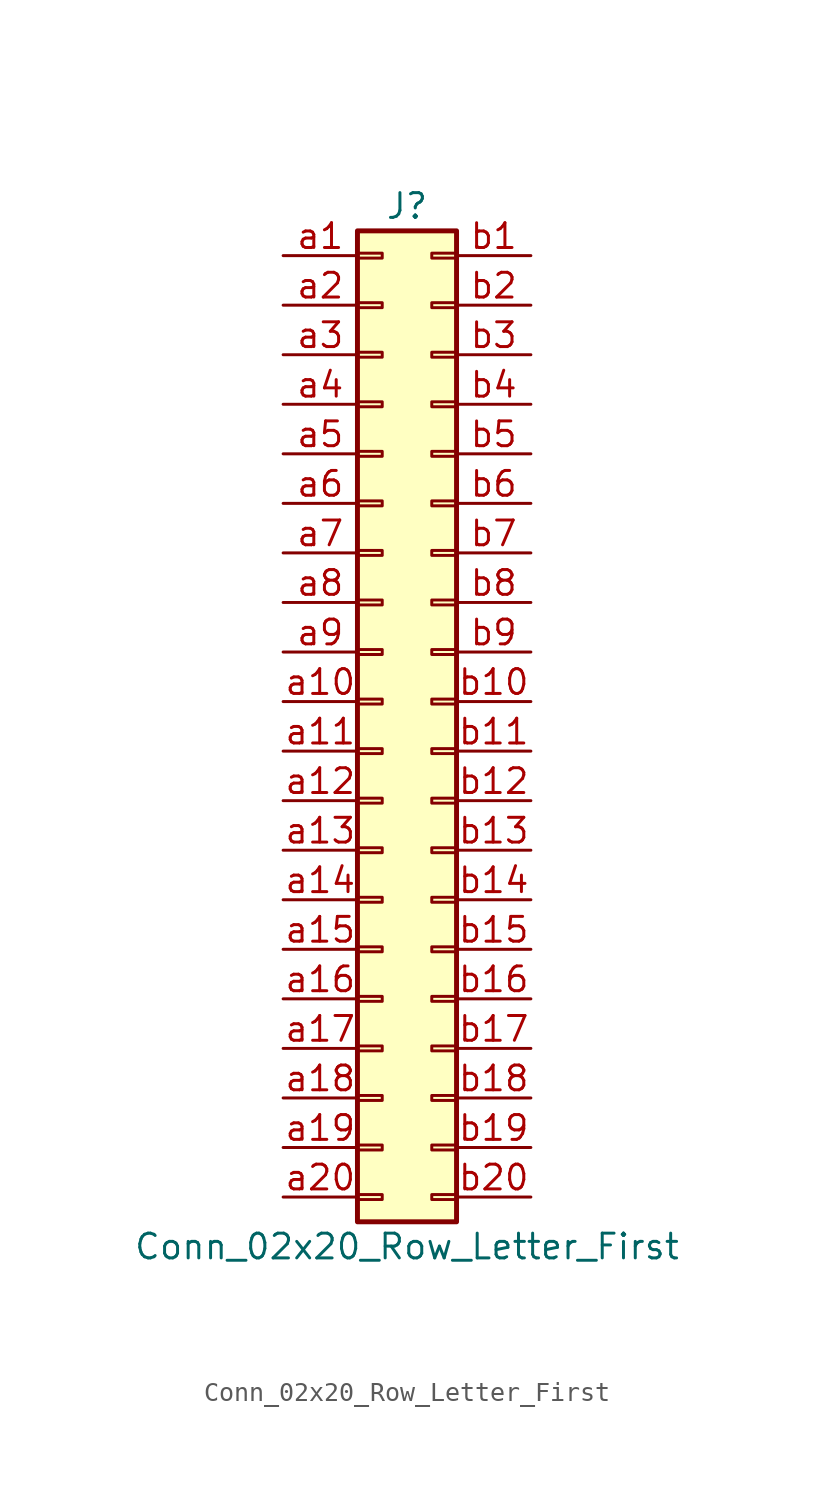
<source format=kicad_sym>
(kicad_symbol_lib
  (version 20220914)
  (generator kicad_symbol_editor)
  (symbol "Conn_02x20_Row_Letter_First"
    (pin_names
      (offset 1.016) hide)
    (property "Reference" "J"
      (at 1.27 25.4 0)
      (effects (font (size 1.27 1.27))))
    (property "Value" "Conn_02x20_Row_Letter_First"
      (at 1.27 -27.94 0)
      (effects (font (size 1.27 1.27))))
    (symbol "Conn_02x20_Row_Letter_First_1_1"
      (rectangle (start -1.27 -25.273) (end 0 -25.527) (stroke (width 0.152) (type default)) (fill (type none)))
      (rectangle (start -1.27 -22.733) (end 0 -22.987) (stroke (width 0.152) (type default)) (fill (type none)))
      (rectangle (start -1.27 -20.193) (end 0 -20.447) (stroke (width 0.152) (type default)) (fill (type none)))
      (rectangle (start -1.27 -17.653) (end 0 -17.907) (stroke (width 0.152) (type default)) (fill (type none)))
      (rectangle (start -1.27 -15.113) (end 0 -15.367) (stroke (width 0.152) (type default)) (fill (type none)))
      (rectangle (start -1.27 -12.573) (end 0 -12.827) (stroke (width 0.152) (type default)) (fill (type none)))
      (rectangle (start -1.27 -10.033) (end 0 -10.287) (stroke (width 0.152) (type default)) (fill (type none)))
      (rectangle (start -1.27 -7.493) (end 0 -7.747) (stroke (width 0.152) (type default)) (fill (type none)))
      (rectangle (start -1.27 -4.953) (end 0 -5.207) (stroke (width 0.152) (type default)) (fill (type none)))
      (rectangle (start -1.27 -2.413) (end 0 -2.667) (stroke (width 0.152) (type default)) (fill (type none)))
      (rectangle (start -1.27 0.127) (end 0 -0.127) (stroke (width 0.152) (type default)) (fill (type none)))
      (rectangle (start -1.27 2.667) (end 0 2.413) (stroke (width 0.152) (type default)) (fill (type none)))
      (rectangle (start -1.27 5.207) (end 0 4.953) (stroke (width 0.152) (type default)) (fill (type none)))
      (rectangle (start -1.27 7.747) (end 0 7.493) (stroke (width 0.152) (type default)) (fill (type none)))
      (rectangle (start -1.27 10.287) (end 0 10.033) (stroke (width 0.152) (type default)) (fill (type none)))
      (rectangle (start -1.27 12.827) (end 0 12.573) (stroke (width 0.152) (type default)) (fill (type none)))
      (rectangle (start -1.27 15.367) (end 0 15.113) (stroke (width 0.152) (type default)) (fill (type none)))
      (rectangle (start -1.27 17.907) (end 0 17.653) (stroke (width 0.152) (type default)) (fill (type none)))
      (rectangle (start -1.27 20.447) (end 0 20.193) (stroke (width 0.152) (type default)) (fill (type none)))
      (rectangle (start -1.27 22.987) (end 0 22.733) (stroke (width 0.152) (type default)) (fill (type none)))
      (rectangle (start -1.27 24.13) (end 3.81 -26.67) (stroke (width 0.254) (type default)) (fill (type background)))
      (rectangle (start 3.81 -25.273) (end 2.54 -25.527) (stroke (width 0.152) (type default)) (fill (type none)))
      (rectangle (start 3.81 -22.733) (end 2.54 -22.987) (stroke (width 0.152) (type default)) (fill (type none)))
      (rectangle (start 3.81 -20.193) (end 2.54 -20.447) (stroke (width 0.152) (type default)) (fill (type none)))
      (rectangle (start 3.81 -17.653) (end 2.54 -17.907) (stroke (width 0.152) (type default)) (fill (type none)))
      (rectangle (start 3.81 -15.113) (end 2.54 -15.367) (stroke (width 0.152) (type default)) (fill (type none)))
      (rectangle (start 3.81 -12.573) (end 2.54 -12.827) (stroke (width 0.152) (type default)) (fill (type none)))
      (rectangle (start 3.81 -10.033) (end 2.54 -10.287) (stroke (width 0.152) (type default)) (fill (type none)))
      (rectangle (start 3.81 -7.493) (end 2.54 -7.747) (stroke (width 0.152) (type default)) (fill (type none)))
      (rectangle (start 3.81 -4.953) (end 2.54 -5.207) (stroke (width 0.152) (type default)) (fill (type none)))
      (rectangle (start 3.81 -2.413) (end 2.54 -2.667) (stroke (width 0.152) (type default)) (fill (type none)))
      (rectangle (start 3.81 0.127) (end 2.54 -0.127) (stroke (width 0.152) (type default)) (fill (type none)))
      (rectangle (start 3.81 2.667) (end 2.54 2.413) (stroke (width 0.152) (type default)) (fill (type none)))
      (rectangle (start 3.81 5.207) (end 2.54 4.953) (stroke (width 0.152) (type default)) (fill (type none)))
      (rectangle (start 3.81 7.747) (end 2.54 7.493) (stroke (width 0.152) (type default)) (fill (type none)))
      (rectangle (start 3.81 10.287) (end 2.54 10.033) (stroke (width 0.152) (type default)) (fill (type none)))
      (rectangle (start 3.81 12.827) (end 2.54 12.573) (stroke (width 0.152) (type default)) (fill (type none)))
      (rectangle (start 3.81 15.367) (end 2.54 15.113) (stroke (width 0.152) (type default)) (fill (type none)))
      (rectangle (start 3.81 17.907) (end 2.54 17.653) (stroke (width 0.152) (type default)) (fill (type none)))
      (rectangle (start 3.81 20.447) (end 2.54 20.193) (stroke (width 0.152) (type default)) (fill (type none)))
      (rectangle (start 3.81 22.987) (end 2.54 22.733) (stroke (width 0.152) (type default)) (fill (type none)))
      (pin passive line (at -5.08 22.86 0) (length 3.81) (name "Pin_a1" (effects (font (size 1.27 1.27)))) (number "a1" (effects (font (size 1.27 1.27)))))
      (pin passive line (at -5.08 0 0) (length 3.81) (name "Pin_a10" (effects (font (size 1.27 1.27)))) (number "a10" (effects (font (size 1.27 1.27)))))
      (pin passive line (at -5.08 -2.54 0) (length 3.81) (name "Pin_a11" (effects (font (size 1.27 1.27)))) (number "a11" (effects (font (size 1.27 1.27)))))
      (pin passive line (at -5.08 -5.08 0) (length 3.81) (name "Pin_a12" (effects (font (size 1.27 1.27)))) (number "a12" (effects (font (size 1.27 1.27)))))
      (pin passive line (at -5.08 -7.62 0) (length 3.81) (name "Pin_a13" (effects (font (size 1.27 1.27)))) (number "a13" (effects (font (size 1.27 1.27)))))
      (pin passive line (at -5.08 -10.16 0) (length 3.81) (name "Pin_a14" (effects (font (size 1.27 1.27)))) (number "a14" (effects (font (size 1.27 1.27)))))
      (pin passive line (at -5.08 -12.7 0) (length 3.81) (name "Pin_a15" (effects (font (size 1.27 1.27)))) (number "a15" (effects (font (size 1.27 1.27)))))
      (pin passive line (at -5.08 -15.24 0) (length 3.81) (name "Pin_a16" (effects (font (size 1.27 1.27)))) (number "a16" (effects (font (size 1.27 1.27)))))
      (pin passive line (at -5.08 -17.78 0) (length 3.81) (name "Pin_a17" (effects (font (size 1.27 1.27)))) (number "a17" (effects (font (size 1.27 1.27)))))
      (pin passive line (at -5.08 -20.32 0) (length 3.81) (name "Pin_a18" (effects (font (size 1.27 1.27)))) (number "a18" (effects (font (size 1.27 1.27)))))
      (pin passive line (at -5.08 -22.86 0) (length 3.81) (name "Pin_a19" (effects (font (size 1.27 1.27)))) (number "a19" (effects (font (size 1.27 1.27)))))
      (pin passive line (at -5.08 20.32 0) (length 3.81) (name "Pin_a2" (effects (font (size 1.27 1.27)))) (number "a2" (effects (font (size 1.27 1.27)))))
      (pin passive line (at -5.08 -25.4 0) (length 3.81) (name "Pin_a20" (effects (font (size 1.27 1.27)))) (number "a20" (effects (font (size 1.27 1.27)))))
      (pin passive line (at -5.08 17.78 0) (length 3.81) (name "Pin_a3" (effects (font (size 1.27 1.27)))) (number "a3" (effects (font (size 1.27 1.27)))))
      (pin passive line (at -5.08 15.24 0) (length 3.81) (name "Pin_a4" (effects (font (size 1.27 1.27)))) (number "a4" (effects (font (size 1.27 1.27)))))
      (pin passive line (at -5.08 12.7 0) (length 3.81) (name "Pin_a5" (effects (font (size 1.27 1.27)))) (number "a5" (effects (font (size 1.27 1.27)))))
      (pin passive line (at -5.08 10.16 0) (length 3.81) (name "Pin_a6" (effects (font (size 1.27 1.27)))) (number "a6" (effects (font (size 1.27 1.27)))))
      (pin passive line (at -5.08 7.62 0) (length 3.81) (name "Pin_a7" (effects (font (size 1.27 1.27)))) (number "a7" (effects (font (size 1.27 1.27)))))
      (pin passive line (at -5.08 5.08 0) (length 3.81) (name "Pin_a8" (effects (font (size 1.27 1.27)))) (number "a8" (effects (font (size 1.27 1.27)))))
      (pin passive line (at -5.08 2.54 0) (length 3.81) (name "Pin_a9" (effects (font (size 1.27 1.27)))) (number "a9" (effects (font (size 1.27 1.27)))))
      (pin passive line (at 7.62 22.86 180) (length 3.81) (name "Pin_b1" (effects (font (size 1.27 1.27)))) (number "b1" (effects (font (size 1.27 1.27)))))
      (pin passive line (at 7.62 0 180) (length 3.81) (name "Pin_b10" (effects (font (size 1.27 1.27)))) (number "b10" (effects (font (size 1.27 1.27)))))
      (pin passive line (at 7.62 -2.54 180) (length 3.81) (name "Pin_b11" (effects (font (size 1.27 1.27)))) (number "b11" (effects (font (size 1.27 1.27)))))
      (pin passive line (at 7.62 -5.08 180) (length 3.81) (name "Pin_b12" (effects (font (size 1.27 1.27)))) (number "b12" (effects (font (size 1.27 1.27)))))
      (pin passive line (at 7.62 -7.62 180) (length 3.81) (name "Pin_b13" (effects (font (size 1.27 1.27)))) (number "b13" (effects (font (size 1.27 1.27)))))
      (pin passive line (at 7.62 -10.16 180) (length 3.81) (name "Pin_b14" (effects (font (size 1.27 1.27)))) (number "b14" (effects (font (size 1.27 1.27)))))
      (pin passive line (at 7.62 -12.7 180) (length 3.81) (name "Pin_b15" (effects (font (size 1.27 1.27)))) (number "b15" (effects (font (size 1.27 1.27)))))
      (pin passive line (at 7.62 -15.24 180) (length 3.81) (name "Pin_b16" (effects (font (size 1.27 1.27)))) (number "b16" (effects (font (size 1.27 1.27)))))
      (pin passive line (at 7.62 -17.78 180) (length 3.81) (name "Pin_b17" (effects (font (size 1.27 1.27)))) (number "b17" (effects (font (size 1.27 1.27)))))
      (pin passive line (at 7.62 -20.32 180) (length 3.81) (name "Pin_b18" (effects (font (size 1.27 1.27)))) (number "b18" (effects (font (size 1.27 1.27)))))
      (pin passive line (at 7.62 -22.86 180) (length 3.81) (name "Pin_b19" (effects (font (size 1.27 1.27)))) (number "b19" (effects (font (size 1.27 1.27)))))
      (pin passive line (at 7.62 20.32 180) (length 3.81) (name "Pin_b2" (effects (font (size 1.27 1.27)))) (number "b2" (effects (font (size 1.27 1.27)))))
      (pin passive line (at 7.62 -25.4 180) (length 3.81) (name "Pin_b20" (effects (font (size 1.27 1.27)))) (number "b20" (effects (font (size 1.27 1.27)))))
      (pin passive line (at 7.62 17.78 180) (length 3.81) (name "Pin_b3" (effects (font (size 1.27 1.27)))) (number "b3" (effects (font (size 1.27 1.27)))))
      (pin passive line (at 7.62 15.24 180) (length 3.81) (name "Pin_b4" (effects (font (size 1.27 1.27)))) (number "b4" (effects (font (size 1.27 1.27)))))
      (pin passive line (at 7.62 12.7 180) (length 3.81) (name "Pin_b5" (effects (font (size 1.27 1.27)))) (number "b5" (effects (font (size 1.27 1.27)))))
      (pin passive line (at 7.62 10.16 180) (length 3.81) (name "Pin_b6" (effects (font (size 1.27 1.27)))) (number "b6" (effects (font (size 1.27 1.27)))))
      (pin passive line (at 7.62 7.62 180) (length 3.81) (name "Pin_b7" (effects (font (size 1.27 1.27)))) (number "b7" (effects (font (size 1.27 1.27)))))
      (pin passive line (at 7.62 5.08 180) (length 3.81) (name "Pin_b8" (effects (font (size 1.27 1.27)))) (number "b8" (effects (font (size 1.27 1.27)))))
      (pin passive line (at 7.62 2.54 180) (length 3.81) (name "Pin_b9" (effects (font (size 1.27 1.27)))) (number "b9" (effects (font (size 1.27 1.27))))))))
</source>
